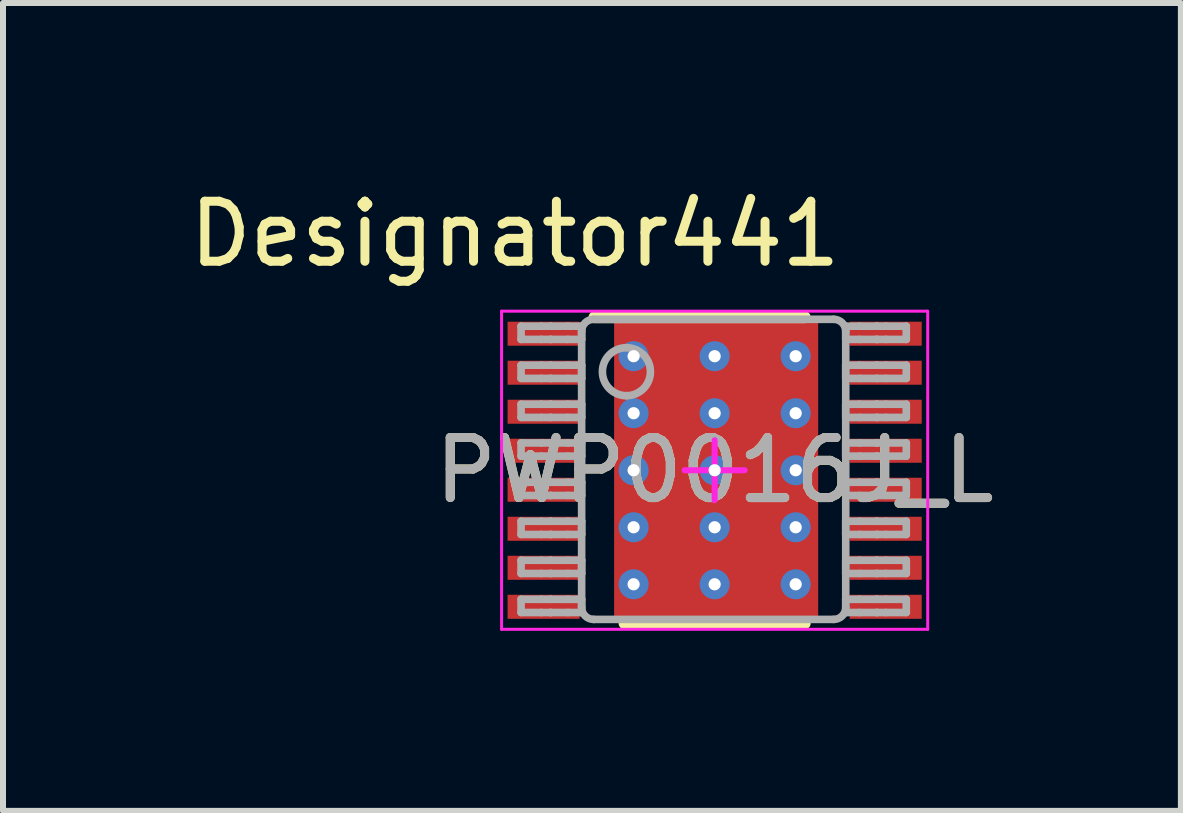
<source format=kicad_pcb>
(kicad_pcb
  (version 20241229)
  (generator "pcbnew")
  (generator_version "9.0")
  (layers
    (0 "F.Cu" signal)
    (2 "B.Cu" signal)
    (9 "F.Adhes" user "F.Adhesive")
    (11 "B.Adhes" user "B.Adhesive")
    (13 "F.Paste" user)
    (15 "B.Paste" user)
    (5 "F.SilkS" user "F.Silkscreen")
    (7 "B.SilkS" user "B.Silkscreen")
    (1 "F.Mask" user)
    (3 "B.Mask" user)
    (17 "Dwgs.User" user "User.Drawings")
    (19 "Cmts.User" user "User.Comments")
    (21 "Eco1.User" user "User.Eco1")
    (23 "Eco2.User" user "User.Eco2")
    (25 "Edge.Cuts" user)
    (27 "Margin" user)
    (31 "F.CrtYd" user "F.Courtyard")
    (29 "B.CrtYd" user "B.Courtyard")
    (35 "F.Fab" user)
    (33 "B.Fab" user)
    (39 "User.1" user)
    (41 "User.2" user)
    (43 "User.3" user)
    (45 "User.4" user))
  (footprint "PWP0016J_L"
    (layer "F.Cu")
    (at 8.857 4.785)
    (property "Reference" "PWP0016J_L" (at 0 0 0) (unlocked yes) (layer "F.SilkS") (effects (font (size 1 1) (thickness 0.15))))
    (attr smd)
    (fp_poly (pts (xy -1.23 1.726) (xy -1.23 -1.726) (xy -1.229 -1.735) (xy -1.226 -1.745) (xy -1.222 -1.753) (xy -1.216 -1.761) (xy -1.208 -1.767) (xy -1.2 -1.771) (xy -1.19 -1.774) (xy -1.181 -1.775) (xy 1.181 -1.775) (xy 1.19 -1.774) (xy 1.2 -1.771) (xy 1.208 -1.767) (xy 1.216 -1.761) (xy 1.222 -1.753) (xy 1.226 -1.745) (xy 1.229 -1.735) (xy 1.23 -1.726) (xy 1.23 1.726) (xy 1.229 1.735) (xy 1.226 1.745) (xy 1.222 1.753) (xy 1.216 1.761) (xy 1.208 1.767) (xy 1.2 1.771) (xy 1.19 1.774) (xy 1.181 1.775) (xy -1.181 1.775) (xy -1.19 1.774) (xy -1.2 1.771) (xy -1.208 1.767) (xy -1.216 1.761) (xy -1.222 1.753) (xy -1.226 1.745) (xy -1.229 1.735)) (stroke (width 0) (type solid)) (fill yes) (layer "F.Mask"))
    (fp_line (start -2 -2.55) (end 1.5 -2.55) (stroke (width 0.2) (type solid)) (layer "F.SilkS"))
    (fp_line (start -1.5 2.55) (end 1.5 2.55) (stroke (width 0.2) (type solid)) (layer "F.SilkS"))
    (fp_poly (pts (xy -1.23 1.726) (xy -1.23 -1.726) (xy -1.229 -1.735) (xy -1.226 -1.745) (xy -1.222 -1.753) (xy -1.216 -1.761) (xy -1.208 -1.767) (xy -1.2 -1.771) (xy -1.19 -1.774) (xy -1.181 -1.775) (xy 1.181 -1.775) (xy 1.19 -1.774) (xy 1.2 -1.771) (xy 1.208 -1.767) (xy 1.216 -1.761) (xy 1.222 -1.753) (xy 1.226 -1.745) (xy 1.229 -1.735) (xy 1.23 -1.726) (xy 1.23 1.726) (xy 1.229 1.735) (xy 1.226 1.745) (xy 1.222 1.753) (xy 1.216 1.761) (xy 1.208 1.767) (xy 1.2 1.771) (xy 1.19 1.774) (xy 1.181 1.775) (xy -1.181 1.775) (xy -1.19 1.774) (xy -1.2 1.771) (xy -1.208 1.767) (xy -1.216 1.761) (xy -1.222 1.753) (xy -1.226 1.745) (xy -1.229 1.735)) (stroke (width 0) (type solid)) (fill yes) (layer "F.Paste"))
    (fp_line (start -3.55 -2.65) (end 3.55 -2.65) (stroke (width 0.05) (type solid)) (layer "F.CrtYd"))
    (fp_line (start -3.55 2.65) (end -3.55 -2.65) (stroke (width 0.05) (type solid)) (layer "F.CrtYd"))
    (fp_line (start -3.55 2.65) (end 3.55 2.65) (stroke (width 0.05) (type solid)) (layer "F.CrtYd"))
    (fp_line (start -0.5 0) (end 0.5 0) (stroke (width 0.1) (type solid)) (layer "F.CrtYd"))
    (fp_line (start 0 0.5) (end 0 -0.5) (stroke (width 0.1) (type solid)) (layer "F.CrtYd"))
    (fp_line (start 3.55 2.65) (end 3.55 -2.65) (stroke (width 0.05) (type solid)) (layer "F.CrtYd"))
    (fp_line (start -3.225 -2.4) (end -2.887 -2.4) (stroke (width 0.127) (type solid)) (layer "F.Fab"))
    (fp_line (start -3.225 -2.18) (end -3.225 -2.4) (stroke (width 0.127) (type solid)) (layer "F.Fab"))
    (fp_line (start -3.225 -2.18) (end -2.887 -2.18) (stroke (width 0.127) (type solid)) (layer "F.Fab"))
    (fp_line (start -3.225 -1.75) (end -2.887 -1.75) (stroke (width 0.127) (type solid)) (layer "F.Fab"))
    (fp_line (start -3.225 -1.53) (end -3.225 -1.75) (stroke (width 0.127) (type solid)) (layer "F.Fab"))
    (fp_line (start -3.225 -1.53) (end -2.887 -1.53) (stroke (width 0.127) (type solid)) (layer "F.Fab"))
    (fp_line (start -3.225 -1.1) (end -2.887 -1.1) (stroke (width 0.127) (type solid)) (layer "F.Fab"))
    (fp_line (start -3.225 -0.88) (end -3.225 -1.1) (stroke (width 0.127) (type solid)) (layer "F.Fab"))
    (fp_line (start -3.225 -0.88) (end -2.887 -0.88) (stroke (width 0.127) (type solid)) (layer "F.Fab"))
    (fp_line (start -3.225 -0.455) (end -2.887 -0.455) (stroke (width 0.127) (type solid)) (layer "F.Fab"))
    (fp_line (start -3.225 -0.235) (end -3.225 -0.455) (stroke (width 0.127) (type solid)) (layer "F.Fab"))
    (fp_line (start -3.225 -0.235) (end -2.887 -0.235) (stroke (width 0.127) (type solid)) (layer "F.Fab"))
    (fp_line (start -3.225 0.2) (end -2.887 0.2) (stroke (width 0.127) (type solid)) (layer "F.Fab"))
    (fp_line (start -3.225 0.42) (end -3.225 0.2) (stroke (width 0.127) (type solid)) (layer "F.Fab"))
    (fp_line (start -3.225 0.42) (end -2.887 0.42) (stroke (width 0.127) (type solid)) (layer "F.Fab"))
    (fp_line (start -3.225 0.85) (end -2.887 0.85) (stroke (width 0.127) (type solid)) (layer "F.Fab"))
    (fp_line (start -3.225 1.07) (end -3.225 0.85) (stroke (width 0.127) (type solid)) (layer "F.Fab"))
    (fp_line (start -3.225 1.07) (end -2.887 1.07) (stroke (width 0.127) (type solid)) (layer "F.Fab"))
    (fp_line (start -3.225 1.5) (end -2.887 1.5) (stroke (width 0.127) (type solid)) (layer "F.Fab"))
    (fp_line (start -3.225 1.72) (end -3.225 1.5) (stroke (width 0.127) (type solid)) (layer "F.Fab"))
    (fp_line (start -3.225 1.72) (end -2.887 1.72) (stroke (width 0.127) (type solid)) (layer "F.Fab"))
    (fp_line (start -3.225 2.15) (end -2.887 2.15) (stroke (width 0.127) (type solid)) (layer "F.Fab"))
    (fp_line (start -3.225 2.37) (end -3.225 2.15) (stroke (width 0.127) (type solid)) (layer "F.Fab"))
    (fp_line (start -3.225 2.37) (end -2.887 2.37) (stroke (width 0.127) (type solid)) (layer "F.Fab"))
    (fp_line (start -2.887 -2.4) (end -2.739 -2.4) (stroke (width 0.127) (type solid)) (layer "F.Fab"))
    (fp_line (start -2.887 -2.18) (end -2.739 -2.18) (stroke (width 0.127) (type solid)) (layer "F.Fab"))
    (fp_line (start -2.887 -1.75) (end -2.739 -1.75) (stroke (width 0.127) (type solid)) (layer "F.Fab"))
    (fp_line (start -2.887 -1.53) (end -2.739 -1.53) (stroke (width 0.127) (type solid)) (layer "F.Fab"))
    (fp_line (start -2.887 -1.1) (end -2.739 -1.1) (stroke (width 0.127) (type solid)) (layer "F.Fab"))
    (fp_line (start -2.887 -0.88) (end -2.739 -0.88) (stroke (width 0.127) (type solid)) (layer "F.Fab"))
    (fp_line (start -2.887 -0.455) (end -2.739 -0.455) (stroke (width 0.127) (type solid)) (layer "F.Fab"))
    (fp_line (start -2.887 -0.235) (end -2.739 -0.235) (stroke (width 0.127) (type solid)) (layer "F.Fab"))
    (fp_line (start -2.887 0.2) (end -2.739 0.2) (stroke (width 0.127) (type solid)) (layer "F.Fab"))
    (fp_line (start -2.887 0.42) (end -2.739 0.42) (stroke (width 0.127) (type solid)) (layer "F.Fab"))
    (fp_line (start -2.887 0.85) (end -2.739 0.85) (stroke (width 0.127) (type solid)) (layer "F.Fab"))
    (fp_line (start -2.887 1.07) (end -2.739 1.07) (stroke (width 0.127) (type solid)) (layer "F.Fab"))
    (fp_line (start -2.887 1.5) (end -2.739 1.5) (stroke (width 0.127) (type solid)) (layer "F.Fab"))
    (fp_line (start -2.887 1.72) (end -2.739 1.72) (stroke (width 0.127) (type solid)) (layer "F.Fab"))
    (fp_line (start -2.887 2.15) (end -2.739 2.15) (stroke (width 0.127) (type solid)) (layer "F.Fab"))
    (fp_line (start -2.887 2.37) (end -2.739 2.37) (stroke (width 0.127) (type solid)) (layer "F.Fab"))
    (fp_line (start -2.739 -2.4) (end -2.73 -2.4) (stroke (width 0.127) (type solid)) (layer "F.Fab"))
    (fp_line (start -2.739 -2.18) (end -2.73 -2.18) (stroke (width 0.127) (type solid)) (layer "F.Fab"))
    (fp_line (start -2.739 -1.75) (end -2.73 -1.75) (stroke (width 0.127) (type solid)) (layer "F.Fab"))
    (fp_line (start -2.739 -1.53) (end -2.73 -1.53) (stroke (width 0.127) (type solid)) (layer "F.Fab"))
    (fp_line (start -2.739 -1.1) (end -2.73 -1.1) (stroke (width 0.127) (type solid)) (layer "F.Fab"))
    (fp_line (start -2.739 -0.88) (end -2.73 -0.88) (stroke (width 0.127) (type solid)) (layer "F.Fab"))
    (fp_line (start -2.739 -0.455) (end -2.73 -0.455) (stroke (width 0.127) (type solid)) (layer "F.Fab"))
    (fp_line (start -2.739 -0.235) (end -2.73 -0.235) (stroke (width 0.127) (type solid)) (layer "F.Fab"))
    (fp_line (start -2.739 0.2) (end -2.73 0.2) (stroke (width 0.127) (type solid)) (layer "F.Fab"))
    (fp_line (start -2.739 0.42) (end -2.73 0.42) (stroke (width 0.127) (type solid)) (layer "F.Fab"))
    (fp_line (start -2.739 0.85) (end -2.73 0.85) (stroke (width 0.127) (type solid)) (layer "F.Fab"))
    (fp_line (start -2.739 1.07) (end -2.73 1.07) (stroke (width 0.127) (type solid)) (layer "F.Fab"))
    (fp_line (start -2.739 1.5) (end -2.73 1.5) (stroke (width 0.127) (type solid)) (layer "F.Fab"))
    (fp_line (start -2.739 1.72) (end -2.73 1.72) (stroke (width 0.127) (type solid)) (layer "F.Fab"))
    (fp_line (start -2.739 2.15) (end -2.73 2.15) (stroke (width 0.127) (type solid)) (layer "F.Fab"))
    (fp_line (start -2.739 2.37) (end -2.73 2.37) (stroke (width 0.127) (type solid)) (layer "F.Fab"))
    (fp_line (start -2.73 -2.4) (end -2.446 -2.4) (stroke (width 0.127) (type solid)) (layer "F.Fab"))
    (fp_line (start -2.73 -2.18) (end -2.446 -2.18) (stroke (width 0.127) (type solid)) (layer "F.Fab"))
    (fp_line (start -2.73 -1.75) (end -2.446 -1.75) (stroke (width 0.127) (type solid)) (layer "F.Fab"))
    (fp_line (start -2.73 -1.53) (end -2.446 -1.53) (stroke (width 0.127) (type solid)) (layer "F.Fab"))
    (fp_line (start -2.73 -1.1) (end -2.446 -1.1) (stroke (width 0.127) (type solid)) (layer "F.Fab"))
    (fp_line (start -2.73 -0.88) (end -2.446 -0.88) (stroke (width 0.127) (type solid)) (layer "F.Fab"))
    (fp_line (start -2.73 -0.455) (end -2.446 -0.455) (stroke (width 0.127) (type solid)) (layer "F.Fab"))
    (fp_line (start -2.73 -0.235) (end -2.446 -0.235) (stroke (width 0.127) (type solid)) (layer "F.Fab"))
    (fp_line (start -2.73 0.2) (end -2.446 0.2) (stroke (width 0.127) (type solid)) (layer "F.Fab"))
    (fp_line (start -2.73 0.42) (end -2.446 0.42) (stroke (width 0.127) (type solid)) (layer "F.Fab"))
    (fp_line (start -2.73 0.85) (end -2.446 0.85) (stroke (width 0.127) (type solid)) (layer "F.Fab"))
    (fp_line (start -2.73 1.07) (end -2.446 1.07) (stroke (width 0.127) (type solid)) (layer "F.Fab"))
    (fp_line (start -2.73 1.5) (end -2.446 1.5) (stroke (width 0.127) (type solid)) (layer "F.Fab"))
    (fp_line (start -2.73 1.72) (end -2.446 1.72) (stroke (width 0.127) (type solid)) (layer "F.Fab"))
    (fp_line (start -2.73 2.15) (end -2.446 2.15) (stroke (width 0.127) (type solid)) (layer "F.Fab"))
    (fp_line (start -2.73 2.37) (end -2.446 2.37) (stroke (width 0.127) (type solid)) (layer "F.Fab"))
    (fp_line (start -2.446 -2.4) (end -2.216 -2.4) (stroke (width 0.127) (type solid)) (layer "F.Fab"))
    (fp_line (start -2.446 -2.18) (end -2.216 -2.18) (stroke (width 0.127) (type solid)) (layer "F.Fab"))
    (fp_line (start -2.446 -1.75) (end -2.216 -1.75) (stroke (width 0.127) (type solid)) (layer "F.Fab"))
    (fp_line (start -2.446 -1.53) (end -2.216 -1.53) (stroke (width 0.127) (type solid)) (layer "F.Fab"))
    (fp_line (start -2.446 -1.1) (end -2.216 -1.1) (stroke (width 0.127) (type solid)) (layer "F.Fab"))
    (fp_line (start -2.446 -0.88) (end -2.216 -0.88) (stroke (width 0.127) (type solid)) (layer "F.Fab"))
    (fp_line (start -2.446 -0.455) (end -2.216 -0.455) (stroke (width 0.127) (type solid)) (layer "F.Fab"))
    (fp_line (start -2.446 -0.235) (end -2.216 -0.235) (stroke (width 0.127) (type solid)) (layer "F.Fab"))
    (fp_line (start -2.446 0.2) (end -2.216 0.2) (stroke (width 0.127) (type solid)) (layer "F.Fab"))
    (fp_line (start -2.446 0.42) (end -2.216 0.42) (stroke (width 0.127) (type solid)) (layer "F.Fab"))
    (fp_line (start -2.446 0.85) (end -2.216 0.85) (stroke (width 0.127) (type solid)) (layer "F.Fab"))
    (fp_line (start -2.446 1.07) (end -2.216 1.07) (stroke (width 0.127) (type solid)) (layer "F.Fab"))
    (fp_line (start -2.446 1.5) (end -2.216 1.5) (stroke (width 0.127) (type solid)) (layer "F.Fab"))
    (fp_line (start -2.446 1.72) (end -2.216 1.72) (stroke (width 0.127) (type solid)) (layer "F.Fab"))
    (fp_line (start -2.446 2.15) (end -2.216 2.15) (stroke (width 0.127) (type solid)) (layer "F.Fab"))
    (fp_line (start -2.446 2.37) (end -2.216 2.37) (stroke (width 0.127) (type solid)) (layer "F.Fab"))
    (fp_line (start -2.216 -2.18) (end -2.216 -2.4) (stroke (width 0.127) (type solid)) (layer "F.Fab"))
    (fp_line (start -2.216 -1.53) (end -2.216 -1.75) (stroke (width 0.127) (type solid)) (layer "F.Fab"))
    (fp_line (start -2.216 -0.88) (end -2.216 -1.1) (stroke (width 0.127) (type solid)) (layer "F.Fab"))
    (fp_line (start -2.216 -0.235) (end -2.216 -0.455) (stroke (width 0.127) (type solid)) (layer "F.Fab"))
    (fp_line (start -2.216 0.42) (end -2.216 0.2) (stroke (width 0.127) (type solid)) (layer "F.Fab"))
    (fp_line (start -2.216 1.07) (end -2.216 0.85) (stroke (width 0.127) (type solid)) (layer "F.Fab"))
    (fp_line (start -2.216 1.72) (end -2.216 1.5) (stroke (width 0.127) (type solid)) (layer "F.Fab"))
    (fp_line (start -2.216 2.285) (end -2.216 -2.315) (stroke (width 0.127) (type solid)) (layer "F.Fab"))
    (fp_line (start -2.216 2.37) (end -2.216 2.15) (stroke (width 0.127) (type solid)) (layer "F.Fab"))
    (fp_line (start -2.016 -2.515) (end 1.984 -2.515) (stroke (width 0.127) (type solid)) (layer "F.Fab"))
    (fp_line (start -2.016 2.485) (end 1.984 2.485) (stroke (width 0.127) (type solid)) (layer "F.Fab"))
    (fp_line (start 2.184 -2.4) (end 2.413 -2.4) (stroke (width 0.127) (type solid)) (layer "F.Fab"))
    (fp_line (start 2.184 -2.18) (end 2.184 -2.4) (stroke (width 0.127) (type solid)) (layer "F.Fab"))
    (fp_line (start 2.184 -2.18) (end 2.413 -2.18) (stroke (width 0.127) (type solid)) (layer "F.Fab"))
    (fp_line (start 2.184 -1.75) (end 2.413 -1.75) (stroke (width 0.127) (type solid)) (layer "F.Fab"))
    (fp_line (start 2.184 -1.53) (end 2.184 -1.75) (stroke (width 0.127) (type solid)) (layer "F.Fab"))
    (fp_line (start 2.184 -1.53) (end 2.413 -1.53) (stroke (width 0.127) (type solid)) (layer "F.Fab"))
    (fp_line (start 2.184 -1.1) (end 2.413 -1.1) (stroke (width 0.127) (type solid)) (layer "F.Fab"))
    (fp_line (start 2.184 -0.88) (end 2.184 -1.1) (stroke (width 0.127) (type solid)) (layer "F.Fab"))
    (fp_line (start 2.184 -0.88) (end 2.413 -0.88) (stroke (width 0.127) (type solid)) (layer "F.Fab"))
    (fp_line (start 2.184 -0.455) (end 2.413 -0.455) (stroke (width 0.127) (type solid)) (layer "F.Fab"))
    (fp_line (start 2.184 -0.235) (end 2.184 -0.455) (stroke (width 0.127) (type solid)) (layer "F.Fab"))
    (fp_line (start 2.184 -0.235) (end 2.413 -0.235) (stroke (width 0.127) (type solid)) (layer "F.Fab"))
    (fp_line (start 2.184 0.2) (end 2.413 0.2) (stroke (width 0.127) (type solid)) (layer "F.Fab"))
    (fp_line (start 2.184 0.42) (end 2.184 0.2) (stroke (width 0.127) (type solid)) (layer "F.Fab"))
    (fp_line (start 2.184 0.42) (end 2.413 0.42) (stroke (width 0.127) (type solid)) (layer "F.Fab"))
    (fp_line (start 2.184 0.85) (end 2.413 0.85) (stroke (width 0.127) (type solid)) (layer "F.Fab"))
    (fp_line (start 2.184 1.07) (end 2.184 0.85) (stroke (width 0.127) (type solid)) (layer "F.Fab"))
    (fp_line (start 2.184 1.07) (end 2.413 1.07) (stroke (width 0.127) (type solid)) (layer "F.Fab"))
    (fp_line (start 2.184 1.5) (end 2.413 1.5) (stroke (width 0.127) (type solid)) (layer "F.Fab"))
    (fp_line (start 2.184 1.72) (end 2.184 1.5) (stroke (width 0.127) (type solid)) (layer "F.Fab"))
    (fp_line (start 2.184 1.72) (end 2.413 1.72) (stroke (width 0.127) (type solid)) (layer "F.Fab"))
    (fp_line (start 2.184 2.15) (end 2.413 2.15) (stroke (width 0.127) (type solid)) (layer "F.Fab"))
    (fp_line (start 2.184 2.285) (end 2.184 -2.315) (stroke (width 0.127) (type solid)) (layer "F.Fab"))
    (fp_line (start 2.184 2.37) (end 2.184 2.15) (stroke (width 0.127) (type solid)) (layer "F.Fab"))
    (fp_line (start 2.184 2.37) (end 2.413 2.37) (stroke (width 0.127) (type solid)) (layer "F.Fab"))
    (fp_line (start 2.413 -2.4) (end 2.698 -2.4) (stroke (width 0.127) (type solid)) (layer "F.Fab"))
    (fp_line (start 2.413 -2.18) (end 2.698 -2.18) (stroke (width 0.127) (type solid)) (layer "F.Fab"))
    (fp_line (start 2.413 -1.75) (end 2.698 -1.75) (stroke (width 0.127) (type solid)) (layer "F.Fab"))
    (fp_line (start 2.413 -1.53) (end 2.698 -1.53) (stroke (width 0.127) (type solid)) (layer "F.Fab"))
    (fp_line (start 2.413 -1.1) (end 2.698 -1.1) (stroke (width 0.127) (type solid)) (layer "F.Fab"))
    (fp_line (start 2.413 -0.88) (end 2.698 -0.88) (stroke (width 0.127) (type solid)) (layer "F.Fab"))
    (fp_line (start 2.413 -0.455) (end 2.698 -0.455) (stroke (width 0.127) (type solid)) (layer "F.Fab"))
    (fp_line (start 2.413 -0.235) (end 2.698 -0.235) (stroke (width 0.127) (type solid)) (layer "F.Fab"))
    (fp_line (start 2.413 0.2) (end 2.698 0.2) (stroke (width 0.127) (type solid)) (layer "F.Fab"))
    (fp_line (start 2.413 0.42) (end 2.698 0.42) (stroke (width 0.127) (type solid)) (layer "F.Fab"))
    (fp_line (start 2.413 0.85) (end 2.698 0.85) (stroke (width 0.127) (type solid)) (layer "F.Fab"))
    (fp_line (start 2.413 1.07) (end 2.698 1.07) (stroke (width 0.127) (type solid)) (layer "F.Fab"))
    (fp_line (start 2.413 1.5) (end 2.698 1.5) (stroke (width 0.127) (type solid)) (layer "F.Fab"))
    (fp_line (start 2.413 1.72) (end 2.698 1.72) (stroke (width 0.127) (type solid)) (layer "F.Fab"))
    (fp_line (start 2.413 2.15) (end 2.698 2.15) (stroke (width 0.127) (type solid)) (layer "F.Fab"))
    (fp_line (start 2.413 2.37) (end 2.698 2.37) (stroke (width 0.127) (type solid)) (layer "F.Fab"))
    (fp_line (start 2.698 -2.4) (end 2.707 -2.4) (stroke (width 0.127) (type solid)) (layer "F.Fab"))
    (fp_line (start 2.698 -2.18) (end 2.707 -2.18) (stroke (width 0.127) (type solid)) (layer "F.Fab"))
    (fp_line (start 2.698 -1.75) (end 2.707 -1.75) (stroke (width 0.127) (type solid)) (layer "F.Fab"))
    (fp_line (start 2.698 -1.53) (end 2.707 -1.53) (stroke (width 0.127) (type solid)) (layer "F.Fab"))
    (fp_line (start 2.698 -1.1) (end 2.707 -1.1) (stroke (width 0.127) (type solid)) (layer "F.Fab"))
    (fp_line (start 2.698 -0.88) (end 2.707 -0.88) (stroke (width 0.127) (type solid)) (layer "F.Fab"))
    (fp_line (start 2.698 -0.455) (end 2.707 -0.455) (stroke (width 0.127) (type solid)) (layer "F.Fab"))
    (fp_line (start 2.698 -0.235) (end 2.707 -0.235) (stroke (width 0.127) (type solid)) (layer "F.Fab"))
    (fp_line (start 2.698 0.2) (end 2.707 0.2) (stroke (width 0.127) (type solid)) (layer "F.Fab"))
    (fp_line (start 2.698 0.42) (end 2.707 0.42) (stroke (width 0.127) (type solid)) (layer "F.Fab"))
    (fp_line (start 2.698 0.85) (end 2.707 0.85) (stroke (width 0.127) (type solid)) (layer "F.Fab"))
    (fp_line (start 2.698 1.07) (end 2.707 1.07) (stroke (width 0.127) (type solid)) (layer "F.Fab"))
    (fp_line (start 2.698 1.5) (end 2.707 1.5) (stroke (width 0.127) (type solid)) (layer "F.Fab"))
    (fp_line (start 2.698 1.72) (end 2.707 1.72) (stroke (width 0.127) (type solid)) (layer "F.Fab"))
    (fp_line (start 2.698 2.15) (end 2.707 2.15) (stroke (width 0.127) (type solid)) (layer "F.Fab"))
    (fp_line (start 2.698 2.37) (end 2.707 2.37) (stroke (width 0.127) (type solid)) (layer "F.Fab"))
    (fp_line (start 2.707 -2.4) (end 2.854 -2.4) (stroke (width 0.127) (type solid)) (layer "F.Fab"))
    (fp_line (start 2.707 -2.18) (end 2.854 -2.18) (stroke (width 0.127) (type solid)) (layer "F.Fab"))
    (fp_line (start 2.707 -1.75) (end 2.854 -1.75) (stroke (width 0.127) (type solid)) (layer "F.Fab"))
    (fp_line (start 2.707 -1.53) (end 2.854 -1.53) (stroke (width 0.127) (type solid)) (layer "F.Fab"))
    (fp_line (start 2.707 -1.1) (end 2.854 -1.1) (stroke (width 0.127) (type solid)) (layer "F.Fab"))
    (fp_line (start 2.707 -0.88) (end 2.854 -0.88) (stroke (width 0.127) (type solid)) (layer "F.Fab"))
    (fp_line (start 2.707 -0.455) (end 2.854 -0.455) (stroke (width 0.127) (type solid)) (layer "F.Fab"))
    (fp_line (start 2.707 -0.235) (end 2.854 -0.235) (stroke (width 0.127) (type solid)) (layer "F.Fab"))
    (fp_line (start 2.707 0.2) (end 2.854 0.2) (stroke (width 0.127) (type solid)) (layer "F.Fab"))
    (fp_line (start 2.707 0.42) (end 2.854 0.42) (stroke (width 0.127) (type solid)) (layer "F.Fab"))
    (fp_line (start 2.707 0.85) (end 2.854 0.85) (stroke (width 0.127) (type solid)) (layer "F.Fab"))
    (fp_line (start 2.707 1.07) (end 2.854 1.07) (stroke (width 0.127) (type solid)) (layer "F.Fab"))
    (fp_line (start 2.707 1.5) (end 2.854 1.5) (stroke (width 0.127) (type solid)) (layer "F.Fab"))
    (fp_line (start 2.707 1.72) (end 2.854 1.72) (stroke (width 0.127) (type solid)) (layer "F.Fab"))
    (fp_line (start 2.707 2.15) (end 2.854 2.15) (stroke (width 0.127) (type solid)) (layer "F.Fab"))
    (fp_line (start 2.707 2.37) (end 2.854 2.37) (stroke (width 0.127) (type solid)) (layer "F.Fab"))
    (fp_line (start 2.854 -2.4) (end 3.193 -2.4) (stroke (width 0.127) (type solid)) (layer "F.Fab"))
    (fp_line (start 2.854 -2.18) (end 3.193 -2.18) (stroke (width 0.127) (type solid)) (layer "F.Fab"))
    (fp_line (start 2.854 -1.75) (end 3.193 -1.75) (stroke (width 0.127) (type solid)) (layer "F.Fab"))
    (fp_line (start 2.854 -1.53) (end 3.193 -1.53) (stroke (width 0.127) (type solid)) (layer "F.Fab"))
    (fp_line (start 2.854 -1.1) (end 3.193 -1.1) (stroke (width 0.127) (type solid)) (layer "F.Fab"))
    (fp_line (start 2.854 -0.88) (end 3.193 -0.88) (stroke (width 0.127) (type solid)) (layer "F.Fab"))
    (fp_line (start 2.854 -0.455) (end 3.193 -0.455) (stroke (width 0.127) (type solid)) (layer "F.Fab"))
    (fp_line (start 2.854 -0.235) (end 3.193 -0.235) (stroke (width 0.127) (type solid)) (layer "F.Fab"))
    (fp_line (start 2.854 0.2) (end 3.193 0.2) (stroke (width 0.127) (type solid)) (layer "F.Fab"))
    (fp_line (start 2.854 0.42) (end 3.193 0.42) (stroke (width 0.127) (type solid)) (layer "F.Fab"))
    (fp_line (start 2.854 0.85) (end 3.193 0.85) (stroke (width 0.127) (type solid)) (layer "F.Fab"))
    (fp_line (start 2.854 1.07) (end 3.193 1.07) (stroke (width 0.127) (type solid)) (layer "F.Fab"))
    (fp_line (start 2.854 1.5) (end 3.193 1.5) (stroke (width 0.127) (type solid)) (layer "F.Fab"))
    (fp_line (start 2.854 1.72) (end 3.193 1.72) (stroke (width 0.127) (type solid)) (layer "F.Fab"))
    (fp_line (start 2.854 2.15) (end 3.193 2.15) (stroke (width 0.127) (type solid)) (layer "F.Fab"))
    (fp_line (start 2.854 2.37) (end 3.193 2.37) (stroke (width 0.127) (type solid)) (layer "F.Fab"))
    (fp_line (start 3.193 -2.18) (end 3.193 -2.4) (stroke (width 0.127) (type solid)) (layer "F.Fab"))
    (fp_line (start 3.193 -1.53) (end 3.193 -1.75) (stroke (width 0.127) (type solid)) (layer "F.Fab"))
    (fp_line (start 3.193 -0.88) (end 3.193 -1.1) (stroke (width 0.127) (type solid)) (layer "F.Fab"))
    (fp_line (start 3.193 -0.235) (end 3.193 -0.455) (stroke (width 0.127) (type solid)) (layer "F.Fab"))
    (fp_line (start 3.193 0.42) (end 3.193 0.2) (stroke (width 0.127) (type solid)) (layer "F.Fab"))
    (fp_line (start 3.193 1.07) (end 3.193 0.85) (stroke (width 0.127) (type solid)) (layer "F.Fab"))
    (fp_line (start 3.193 1.72) (end 3.193 1.5) (stroke (width 0.127) (type solid)) (layer "F.Fab"))
    (fp_line (start 3.193 2.37) (end 3.193 2.15) (stroke (width 0.127) (type solid)) (layer "F.Fab"))
    (fp_arc (start -2.216137 -2.314986) (mid -2.157559 -2.456407) (end -2.016138 -2.514986) (stroke (width 0.127) (type solid)) (layer "F.Fab"))
    (fp_arc (start -2.016137 2.485004) (mid -2.157559 2.426426) (end -2.216137 2.285004) (stroke (width 0.127) (type solid)) (layer "F.Fab"))
    (fp_arc (start -1.470139 -2.041987) (mid -1.07014 -1.641988) (end -1.470139 -1.241989) (stroke (width 0.127) (type solid)) (layer "F.Fab"))
    (fp_arc (start -1.470139 -1.241989) (mid -1.870139 -1.641988) (end -1.470139 -2.041987) (stroke (width 0.127) (type solid)) (layer "F.Fab"))
    (fp_arc (start 1.983854 -2.514986) (mid 2.125275 -2.456408) (end 2.183854 -2.314986) (stroke (width 0.127) (type solid)) (layer "F.Fab"))
    (fp_arc (start 2.183854 2.285004) (mid 2.125275 2.426425) (end 1.983854 2.485004) (stroke (width 0.127) (type solid)) (layer "F.Fab"))
    (fp_text user "Designator441" (at -3.327 -3.937 0) (unlocked yes) (layer "F.SilkS") (effects (font (size 1 1) (thickness 0.15))))
    (fp_text user "${REFERENCE}" (at 0 0 0) (unlocked yes) (layer "F.Fab") (effects (font (size 1 1) (thickness 0.15))))
    (pad "1" smd rect (at -2.85 -2.275 90) (size 0.4 1.2) (layers "F.Cu" "F.Mask" "F.Paste"))
    (pad "2" smd rect (at -2.85 -1.625 90) (size 0.4 1.2) (layers "F.Cu" "F.Mask" "F.Paste"))
    (pad "3" smd rect (at -2.85 -0.975 90) (size 0.4 1.2) (layers "F.Cu" "F.Mask" "F.Paste"))
    (pad "4" smd rect (at -2.85 -0.325 90) (size 0.4 1.2) (layers "F.Cu" "F.Mask" "F.Paste"))
    (pad "5" smd rect (at -2.85 0.325 90) (size 0.4 1.2) (layers "F.Cu" "F.Mask" "F.Paste"))
    (pad "6" smd rect (at -2.85 0.975 90) (size 0.4 1.2) (layers "F.Cu" "F.Mask" "F.Paste"))
    (pad "7" smd rect (at -2.85 1.625 90) (size 0.4 1.2) (layers "F.Cu" "F.Mask" "F.Paste"))
    (pad "8" smd rect (at -2.85 2.275 90) (size 0.4 1.2) (layers "F.Cu" "F.Mask" "F.Paste"))
    (pad "9" smd rect (at 2.85 2.275 90) (size 0.4 1.2) (layers "F.Cu" "F.Mask" "F.Paste"))
    (pad "10" smd rect (at 2.85 1.625 90) (size 0.4 1.2) (layers "F.Cu" "F.Mask" "F.Paste"))
    (pad "11" smd rect (at 2.85 0.975 90) (size 0.4 1.2) (layers "F.Cu" "F.Mask" "F.Paste"))
    (pad "12" smd rect (at 2.85 0.325 90) (size 0.4 1.2) (layers "F.Cu" "F.Mask" "F.Paste"))
    (pad "13" smd rect (at 2.85 -0.325 90) (size 0.4 1.2) (layers "F.Cu" "F.Mask" "F.Paste"))
    (pad "14" smd rect (at 2.85 -0.975 90) (size 0.4 1.2) (layers "F.Cu" "F.Mask" "F.Paste"))
    (pad "15" smd rect (at 2.85 -1.625 90) (size 0.4 1.2) (layers "F.Cu" "F.Mask" "F.Paste"))
    (pad "16" smd rect (at 2.85 -2.275 90) (size 0.4 1.2) (layers "F.Cu" "F.Mask" "F.Paste"))
    (pad "17" smd rect (at 0.025 0) (size 3.4 5) (layers "F.Cu" "F.Mask" "F.Paste"))
    (pad "18" thru_hole circle (at -1.35 1.9) (size 0.5 0.5) (drill 0.203) (layers "*.Cu" "*.Mask"))
    (pad "19" thru_hole circle (at -1.35 -1.9) (size 0.5 0.5) (drill 0.203) (layers "*.Cu" "*.Mask"))
    (pad "20" thru_hole circle (at -1.35 -0.95) (size 0.5 0.5) (drill 0.203) (layers "*.Cu" "*.Mask"))
    (pad "21" thru_hole circle (at -1.35 0.95) (size 0.5 0.5) (drill 0.203) (layers "*.Cu" "*.Mask"))
    (pad "22" thru_hole circle (at -1.35 0) (size 0.5 0.5) (drill 0.203) (layers "*.Cu" "*.Mask"))
    (pad "23" thru_hole circle (at 1.35 0) (size 0.5 0.5) (drill 0.203) (layers "*.Cu" "*.Mask"))
    (pad "24" thru_hole circle (at 1.35 0.95) (size 0.5 0.5) (drill 0.203) (layers "*.Cu" "*.Mask"))
    (pad "25" thru_hole circle (at 1.35 -0.95) (size 0.5 0.5) (drill 0.203) (layers "*.Cu" "*.Mask"))
    (pad "26" thru_hole circle (at 1.35 -1.9) (size 0.5 0.5) (drill 0.203) (layers "*.Cu" "*.Mask"))
    (pad "27" thru_hole circle (at 1.35 1.9) (size 0.5 0.5) (drill 0.203) (layers "*.Cu" "*.Mask"))
    (pad "28" thru_hole circle (at 0 1.9) (size 0.5 0.5) (drill 0.203) (layers "*.Cu" "*.Mask"))
    (pad "29" thru_hole circle (at 0 -1.9) (size 0.5 0.5) (drill 0.203) (layers "*.Cu" "*.Mask"))
    (pad "30" thru_hole circle (at 0 -0.95) (size 0.5 0.5) (drill 0.203) (layers "*.Cu" "*.Mask"))
    (pad "31" thru_hole circle (at 0 0.95) (size 0.5 0.5) (drill 0.203) (layers "*.Cu" "*.Mask"))
    (pad "32" thru_hole circle (at 0 0) (size 0.5 0.5) (drill 0.203) (layers "*.Cu" "*.Mask")))
  (gr_rect
    (start -3 -3)
    (end 16.625 10.46)
    (stroke (width 0.1) (type default))
    (fill no)
    (layer "Edge.Cuts")))
</source>
